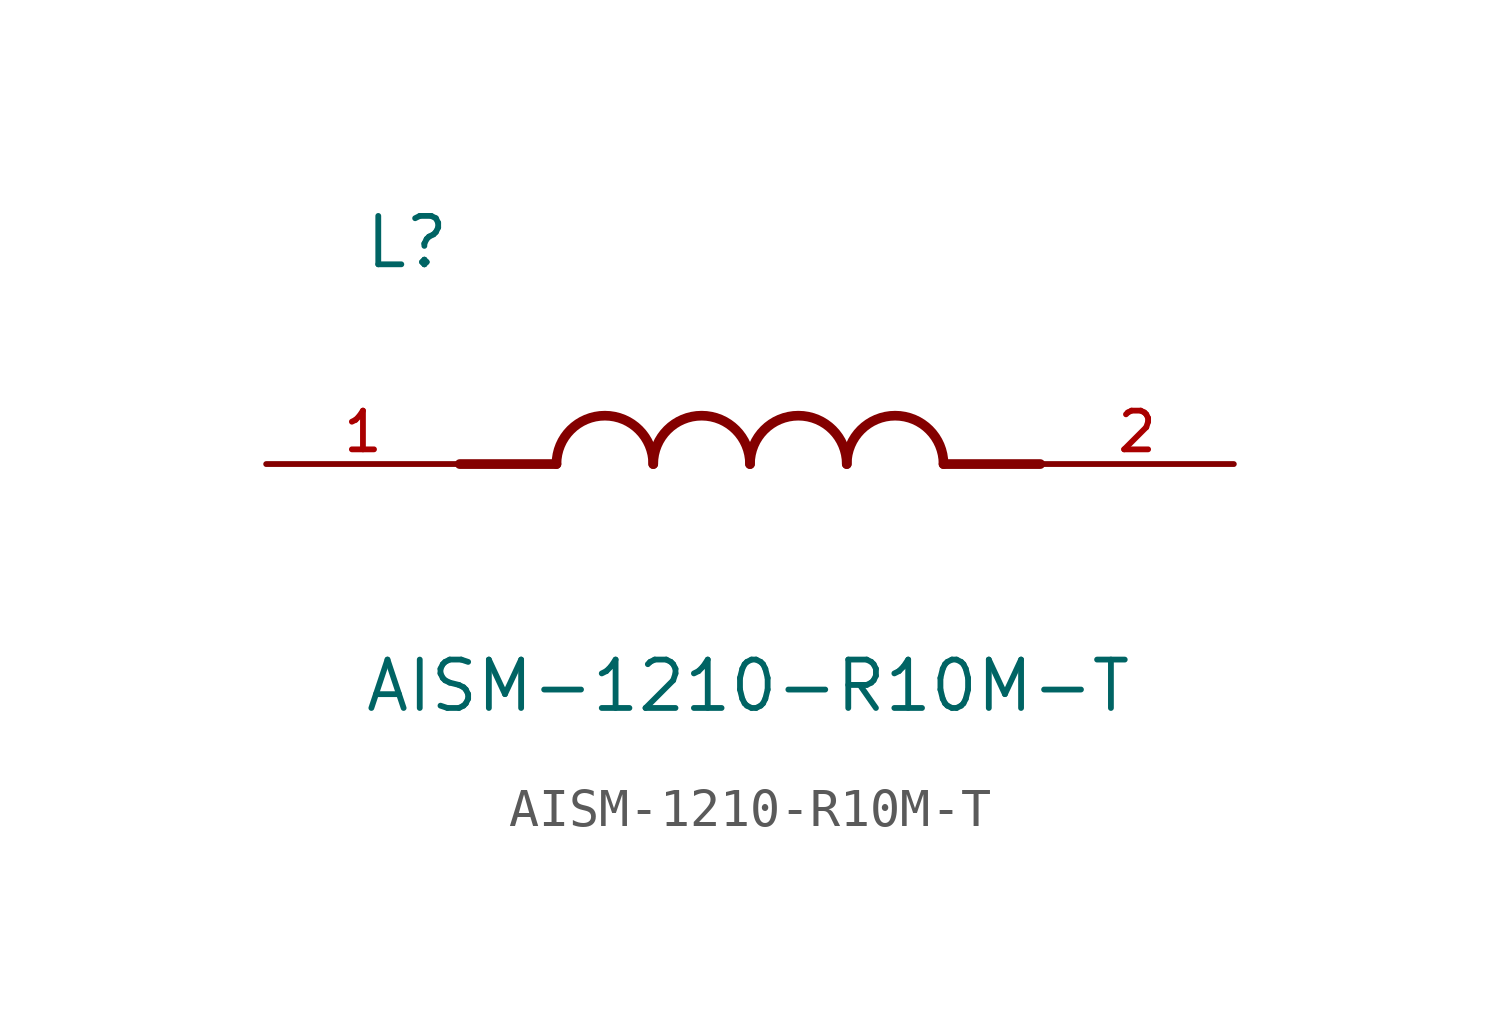
<source format=kicad_sym>
(kicad_symbol_lib
  (version 20211014)
  (generator kicad_symbol_editor)
  (symbol "AISM-1210-R10M-T"
    (pin_names
      (offset 1.016))
    (property "Reference" "L"
      (at -10.16 5.08 0)
      (effects (font (size 1.27 1.27)) (justify bottom left)))
    (property "Value" "AISM-1210-R10M-T"
      (at -10.16 -5.08 0)
      (effects (font (size 1.27 1.27)) (justify top left)))
    (symbol "AISM-1210-R10M-T_0_0"
      (polyline (pts (xy -5.08 0.0) (xy -7.62 0.0)) (stroke (width 0.254)))
      (polyline (pts (xy 5.08 0.0) (xy 7.62 0.0)) (stroke (width 0.254)))
      (arc (start -2.54 0.0) (mid -3.81 1.27) (end -5.08 0.0) (stroke (width 0.254) (type default) (color 0 0 0 0)) (fill (type none)))
      (arc (start 0.0 0.0) (mid -1.27 1.27) (end -2.54 0.0) (stroke (width 0.254) (type default) (color 0 0 0 0)) (fill (type none)))
      (arc (start 2.54 0.0) (mid 1.27 1.27) (end 0.0 0.0) (stroke (width 0.254) (type default) (color 0 0 0 0)) (fill (type none)))
      (arc (start 5.08 0.0) (mid 3.81 1.27) (end 2.54 0.0) (stroke (width 0.254) (type default) (color 0 0 0 0)) (fill (type none)))
      (pin passive line (at -12.7 0.0 0) (length 5.08) (name "~" (effects (font (size 1.016 1.016)))) (number "1" (effects (font (size 1.016 1.016)))))
      (pin passive line (at 12.7 0.0 180.0) (length 5.08) (name "~" (effects (font (size 1.016 1.016)))) (number "2" (effects (font (size 1.016 1.016))))))))
</source>
